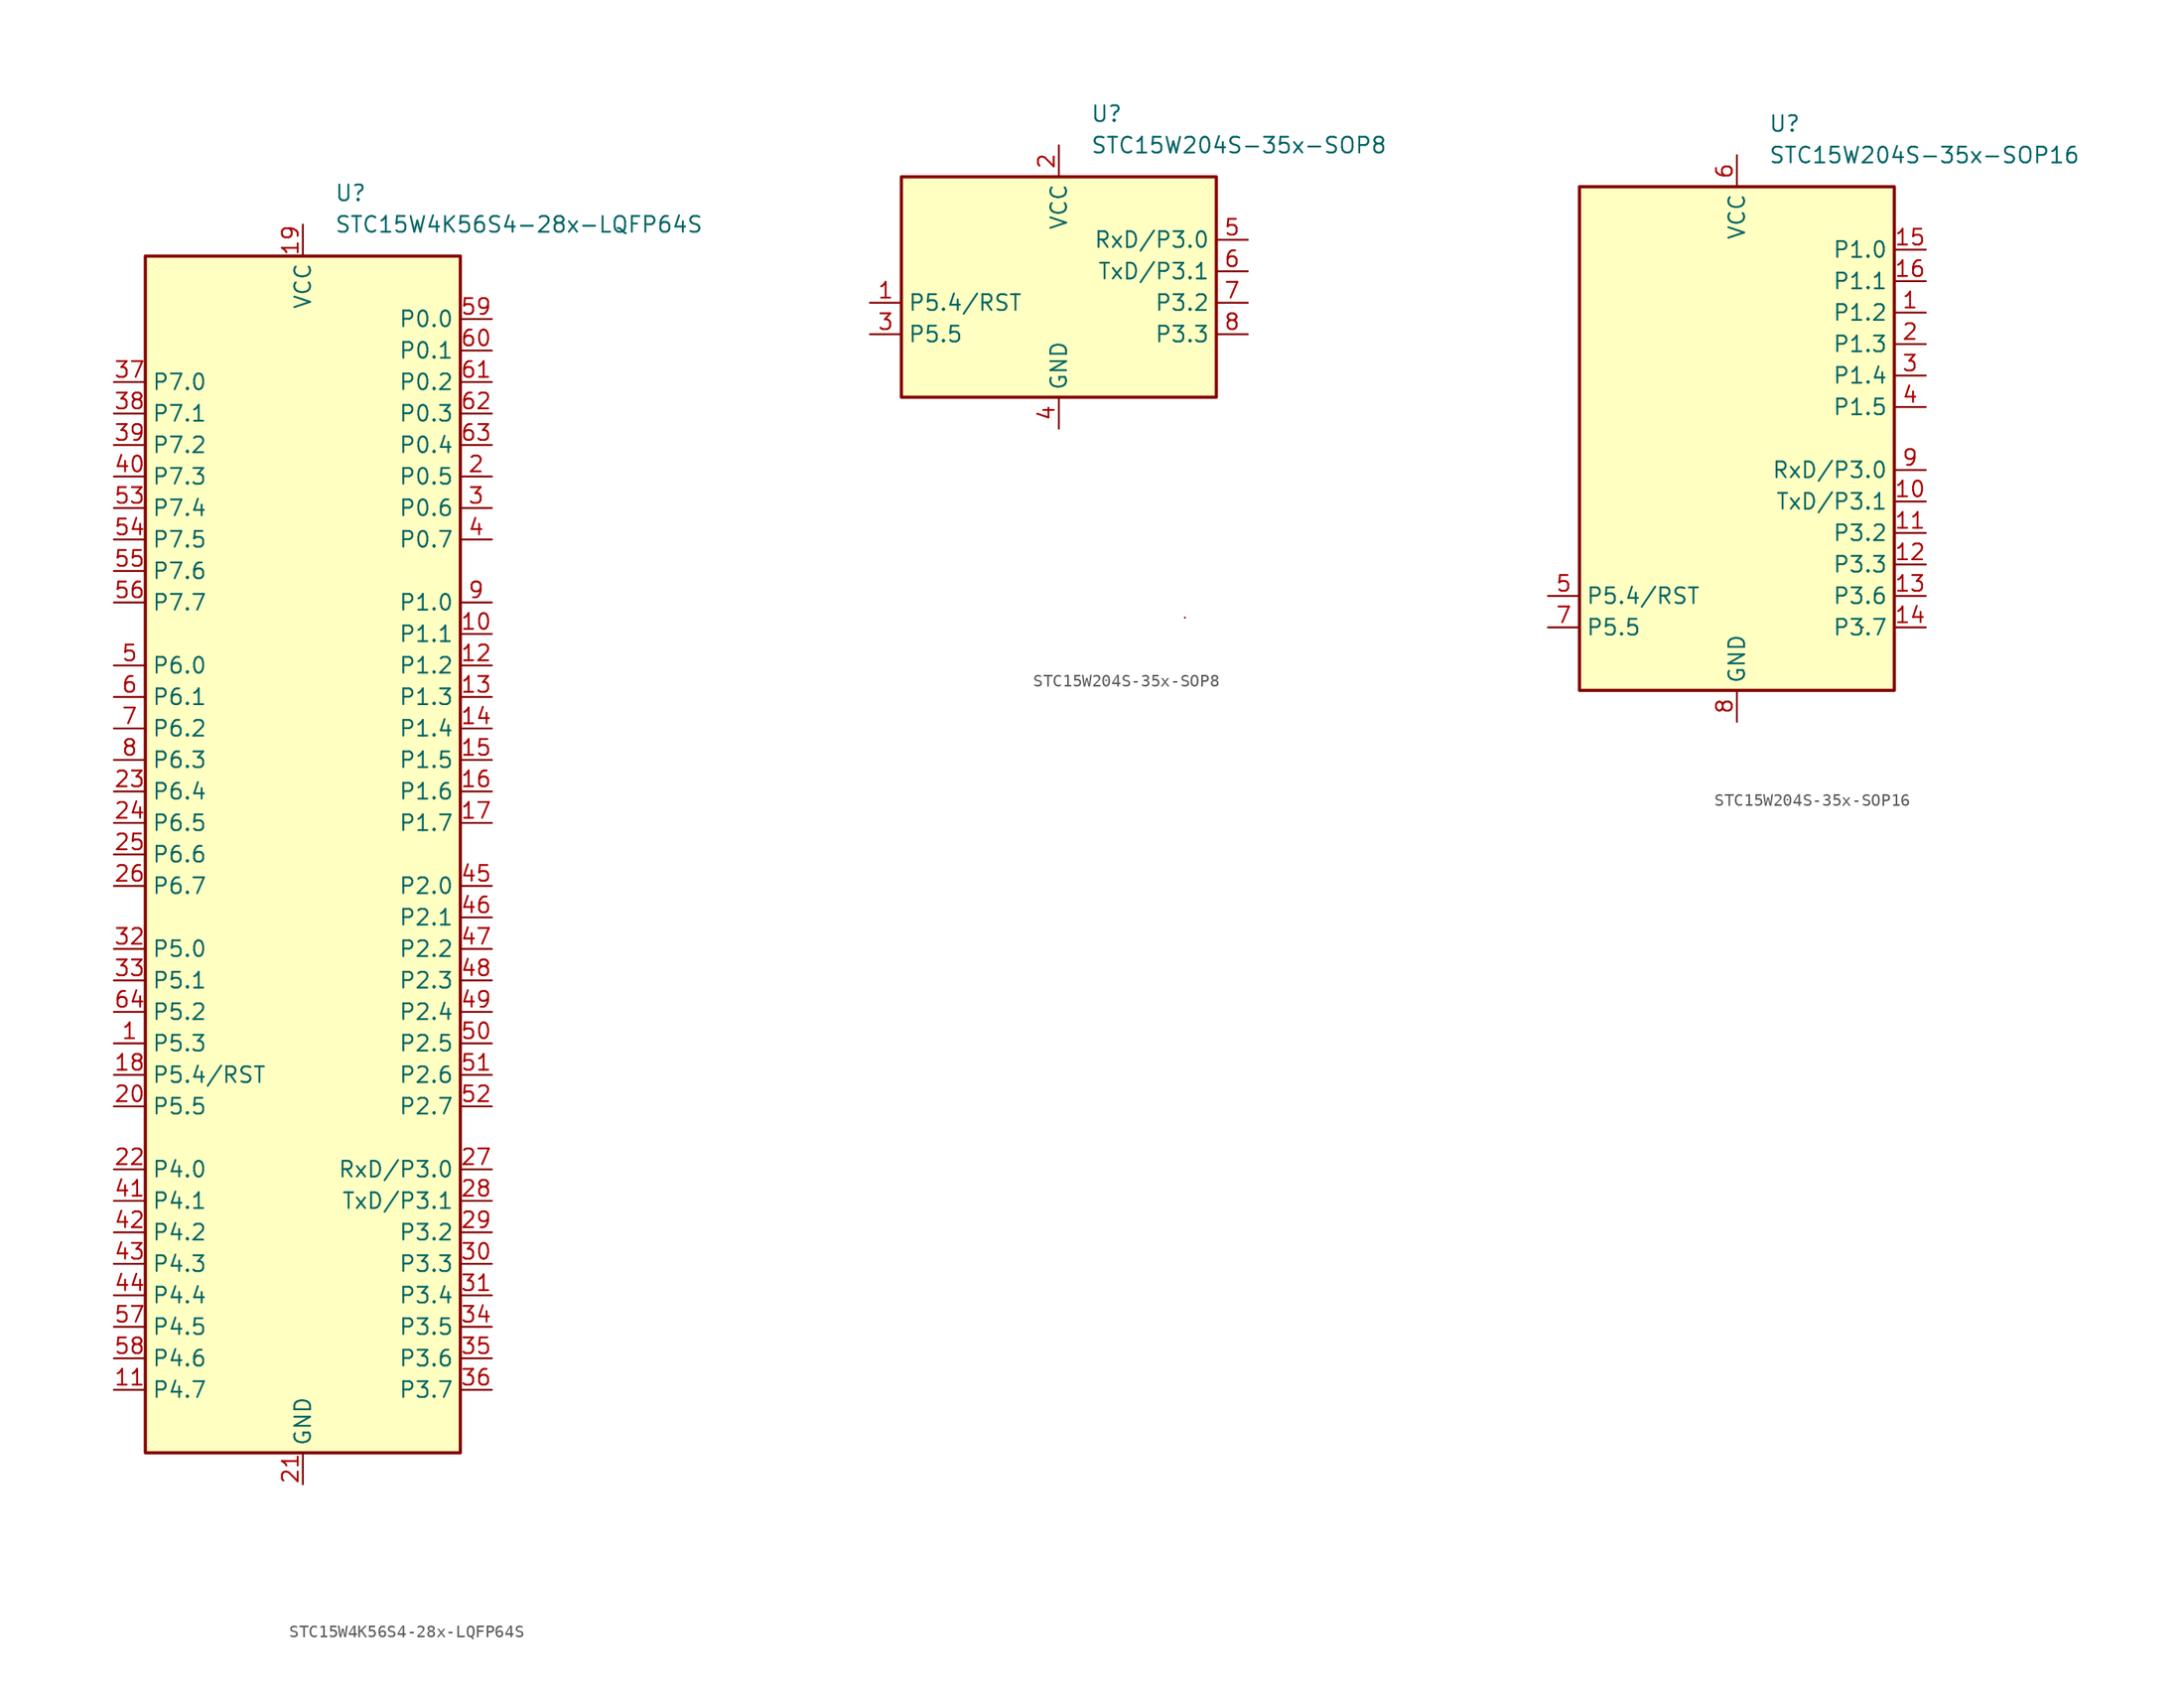
<source format=kicad_sym>
(kicad_symbol_lib
  (version 20211014)
  (generator kicad_symbol_editor)
  (symbol "STC15W4K56S4-28x-LQFP64S"
    (property "Reference" "U"
      (at 2.54 53.34 0)
      (effects (font (size 1.27 1.27)) (justify left)))
    (property "Value" "STC15W4K56S4-28x-LQFP64S"
      (at 2.54 50.8 0)
      (effects (font (size 1.27 1.27)) (justify left)))
    (symbol "STC15W4K56S4-28x-LQFP64S_0_1"
      (rectangle (start -12.7 48.26) (end 12.7 -48.26) (stroke (width 0.254) (type default) (color 0 0 0 0)) (fill (type background))))
    (symbol "STC15W4K56S4-28x-LQFP64S_1_1"
      (pin bidirectional line (at -15.24 -15.24 0) (length 2.54) (name "P5.3" (effects (font (size 1.27 1.27)))) (number "1" (effects (font (size 1.27 1.27)))))
      (pin bidirectional line (at 15.24 17.78 180) (length 2.54) (name "P1.1" (effects (font (size 1.27 1.27)))) (number "10" (effects (font (size 1.27 1.27)))))
      (pin bidirectional line (at -15.24 -43.18 0) (length 2.54) (name "P4.7" (effects (font (size 1.27 1.27)))) (number "11" (effects (font (size 1.27 1.27)))))
      (pin bidirectional line (at 15.24 15.24 180) (length 2.54) (name "P1.2" (effects (font (size 1.27 1.27)))) (number "12" (effects (font (size 1.27 1.27)))))
      (pin bidirectional line (at 15.24 12.7 180) (length 2.54) (name "P1.3" (effects (font (size 1.27 1.27)))) (number "13" (effects (font (size 1.27 1.27)))))
      (pin bidirectional line (at 15.24 10.16 180) (length 2.54) (name "P1.4" (effects (font (size 1.27 1.27)))) (number "14" (effects (font (size 1.27 1.27)))))
      (pin bidirectional line (at 15.24 7.62 180) (length 2.54) (name "P1.5" (effects (font (size 1.27 1.27)))) (number "15" (effects (font (size 1.27 1.27)))))
      (pin bidirectional line (at 15.24 5.08 180) (length 2.54) (name "P1.6" (effects (font (size 1.27 1.27)))) (number "16" (effects (font (size 1.27 1.27)))))
      (pin bidirectional line (at 15.24 2.54 180) (length 2.54) (name "P1.7" (effects (font (size 1.27 1.27)))) (number "17" (effects (font (size 1.27 1.27)))))
      (pin bidirectional line (at -15.24 -17.78 0) (length 2.54) (name "P5.4/RST" (effects (font (size 1.27 1.27)))) (number "18" (effects (font (size 1.27 1.27)))))
      (pin power_in line (at 0 50.8 270) (length 2.54) (name "VCC" (effects (font (size 1.27 1.27)))) (number "19" (effects (font (size 1.27 1.27)))))
      (pin bidirectional line (at 15.24 30.48 180) (length 2.54) (name "P0.5" (effects (font (size 1.27 1.27)))) (number "2" (effects (font (size 1.27 1.27)))))
      (pin bidirectional line (at -15.24 -20.32 0) (length 2.54) (name "P5.5" (effects (font (size 1.27 1.27)))) (number "20" (effects (font (size 1.27 1.27)))))
      (pin power_in line (at 0 -50.8 90) (length 2.54) (name "GND" (effects (font (size 1.27 1.27)))) (number "21" (effects (font (size 1.27 1.27)))))
      (pin bidirectional line (at -15.24 -25.4 0) (length 2.54) (name "P4.0" (effects (font (size 1.27 1.27)))) (number "22" (effects (font (size 1.27 1.27)))))
      (pin bidirectional line (at -15.24 5.08 0) (length 2.54) (name "P6.4" (effects (font (size 1.27 1.27)))) (number "23" (effects (font (size 1.27 1.27)))))
      (pin bidirectional line (at -15.24 2.54 0) (length 2.54) (name "P6.5" (effects (font (size 1.27 1.27)))) (number "24" (effects (font (size 1.27 1.27)))))
      (pin bidirectional line (at -15.24 0 0) (length 2.54) (name "P6.6" (effects (font (size 1.27 1.27)))) (number "25" (effects (font (size 1.27 1.27)))))
      (pin bidirectional line (at -15.24 -2.54 0) (length 2.54) (name "P6.7" (effects (font (size 1.27 1.27)))) (number "26" (effects (font (size 1.27 1.27)))))
      (pin bidirectional line (at 15.24 -25.4 180) (length 2.54) (name "RxD/P3.0" (effects (font (size 1.27 1.27)))) (number "27" (effects (font (size 1.27 1.27)))))
      (pin bidirectional line (at 15.24 -27.94 180) (length 2.54) (name "TxD/P3.1" (effects (font (size 1.27 1.27)))) (number "28" (effects (font (size 1.27 1.27)))))
      (pin bidirectional line (at 15.24 -30.48 180) (length 2.54) (name "P3.2" (effects (font (size 1.27 1.27)))) (number "29" (effects (font (size 1.27 1.27)))))
      (pin bidirectional line (at 15.24 27.94 180) (length 2.54) (name "P0.6" (effects (font (size 1.27 1.27)))) (number "3" (effects (font (size 1.27 1.27)))))
      (pin bidirectional line (at 15.24 -33.02 180) (length 2.54) (name "P3.3" (effects (font (size 1.27 1.27)))) (number "30" (effects (font (size 1.27 1.27)))))
      (pin bidirectional line (at 15.24 -35.56 180) (length 2.54) (name "P3.4" (effects (font (size 1.27 1.27)))) (number "31" (effects (font (size 1.27 1.27)))))
      (pin bidirectional line (at -15.24 -7.62 0) (length 2.54) (name "P5.0" (effects (font (size 1.27 1.27)))) (number "32" (effects (font (size 1.27 1.27)))))
      (pin bidirectional line (at -15.24 -10.16 0) (length 2.54) (name "P5.1" (effects (font (size 1.27 1.27)))) (number "33" (effects (font (size 1.27 1.27)))))
      (pin bidirectional line (at 15.24 -38.1 180) (length 2.54) (name "P3.5" (effects (font (size 1.27 1.27)))) (number "34" (effects (font (size 1.27 1.27)))))
      (pin bidirectional line (at 15.24 -40.64 180) (length 2.54) (name "P3.6" (effects (font (size 1.27 1.27)))) (number "35" (effects (font (size 1.27 1.27)))))
      (pin bidirectional line (at 15.24 -43.18 180) (length 2.54) (name "P3.7" (effects (font (size 1.27 1.27)))) (number "36" (effects (font (size 1.27 1.27)))))
      (pin bidirectional line (at -15.24 38.1 0) (length 2.54) (name "P7.0" (effects (font (size 1.27 1.27)))) (number "37" (effects (font (size 1.27 1.27)))))
      (pin bidirectional line (at -15.24 35.56 0) (length 2.54) (name "P7.1" (effects (font (size 1.27 1.27)))) (number "38" (effects (font (size 1.27 1.27)))))
      (pin bidirectional line (at -15.24 33.02 0) (length 2.54) (name "P7.2" (effects (font (size 1.27 1.27)))) (number "39" (effects (font (size 1.27 1.27)))))
      (pin bidirectional line (at 15.24 25.4 180) (length 2.54) (name "P0.7" (effects (font (size 1.27 1.27)))) (number "4" (effects (font (size 1.27 1.27)))))
      (pin bidirectional line (at -15.24 30.48 0) (length 2.54) (name "P7.3" (effects (font (size 1.27 1.27)))) (number "40" (effects (font (size 1.27 1.27)))))
      (pin bidirectional line (at -15.24 -27.94 0) (length 2.54) (name "P4.1" (effects (font (size 1.27 1.27)))) (number "41" (effects (font (size 1.27 1.27)))))
      (pin bidirectional line (at -15.24 -30.48 0) (length 2.54) (name "P4.2" (effects (font (size 1.27 1.27)))) (number "42" (effects (font (size 1.27 1.27)))))
      (pin bidirectional line (at -15.24 -33.02 0) (length 2.54) (name "P4.3" (effects (font (size 1.27 1.27)))) (number "43" (effects (font (size 1.27 1.27)))))
      (pin bidirectional line (at -15.24 -35.56 0) (length 2.54) (name "P4.4" (effects (font (size 1.27 1.27)))) (number "44" (effects (font (size 1.27 1.27)))))
      (pin bidirectional line (at 15.24 -2.54 180) (length 2.54) (name "P2.0" (effects (font (size 1.27 1.27)))) (number "45" (effects (font (size 1.27 1.27)))))
      (pin bidirectional line (at 15.24 -5.08 180) (length 2.54) (name "P2.1" (effects (font (size 1.27 1.27)))) (number "46" (effects (font (size 1.27 1.27)))))
      (pin bidirectional line (at 15.24 -7.62 180) (length 2.54) (name "P2.2" (effects (font (size 1.27 1.27)))) (number "47" (effects (font (size 1.27 1.27)))))
      (pin bidirectional line (at 15.24 -10.16 180) (length 2.54) (name "P2.3" (effects (font (size 1.27 1.27)))) (number "48" (effects (font (size 1.27 1.27)))))
      (pin bidirectional line (at 15.24 -12.7 180) (length 2.54) (name "P2.4" (effects (font (size 1.27 1.27)))) (number "49" (effects (font (size 1.27 1.27)))))
      (pin bidirectional line (at -15.24 15.24 0) (length 2.54) (name "P6.0" (effects (font (size 1.27 1.27)))) (number "5" (effects (font (size 1.27 1.27)))))
      (pin bidirectional line (at 15.24 -15.24 180) (length 2.54) (name "P2.5" (effects (font (size 1.27 1.27)))) (number "50" (effects (font (size 1.27 1.27)))))
      (pin bidirectional line (at 15.24 -17.78 180) (length 2.54) (name "P2.6" (effects (font (size 1.27 1.27)))) (number "51" (effects (font (size 1.27 1.27)))))
      (pin bidirectional line (at 15.24 -20.32 180) (length 2.54) (name "P2.7" (effects (font (size 1.27 1.27)))) (number "52" (effects (font (size 1.27 1.27)))))
      (pin bidirectional line (at -15.24 27.94 0) (length 2.54) (name "P7.4" (effects (font (size 1.27 1.27)))) (number "53" (effects (font (size 1.27 1.27)))))
      (pin bidirectional line (at -15.24 25.4 0) (length 2.54) (name "P7.5" (effects (font (size 1.27 1.27)))) (number "54" (effects (font (size 1.27 1.27)))))
      (pin bidirectional line (at -15.24 22.86 0) (length 2.54) (name "P7.6" (effects (font (size 1.27 1.27)))) (number "55" (effects (font (size 1.27 1.27)))))
      (pin bidirectional line (at -15.24 20.32 0) (length 2.54) (name "P7.7" (effects (font (size 1.27 1.27)))) (number "56" (effects (font (size 1.27 1.27)))))
      (pin bidirectional line (at -15.24 -38.1 0) (length 2.54) (name "P4.5" (effects (font (size 1.27 1.27)))) (number "57" (effects (font (size 1.27 1.27)))))
      (pin bidirectional line (at -15.24 -40.64 0) (length 2.54) (name "P4.6" (effects (font (size 1.27 1.27)))) (number "58" (effects (font (size 1.27 1.27)))))
      (pin bidirectional line (at 15.24 43.18 180) (length 2.54) (name "P0.0" (effects (font (size 1.27 1.27)))) (number "59" (effects (font (size 1.27 1.27)))))
      (pin bidirectional line (at -15.24 12.7 0) (length 2.54) (name "P6.1" (effects (font (size 1.27 1.27)))) (number "6" (effects (font (size 1.27 1.27)))))
      (pin bidirectional line (at 15.24 40.64 180) (length 2.54) (name "P0.1" (effects (font (size 1.27 1.27)))) (number "60" (effects (font (size 1.27 1.27)))))
      (pin bidirectional line (at 15.24 38.1 180) (length 2.54) (name "P0.2" (effects (font (size 1.27 1.27)))) (number "61" (effects (font (size 1.27 1.27)))))
      (pin bidirectional line (at 15.24 35.56 180) (length 2.54) (name "P0.3" (effects (font (size 1.27 1.27)))) (number "62" (effects (font (size 1.27 1.27)))))
      (pin bidirectional line (at 15.24 33.02 180) (length 2.54) (name "P0.4" (effects (font (size 1.27 1.27)))) (number "63" (effects (font (size 1.27 1.27)))))
      (pin bidirectional line (at -15.24 -12.7 0) (length 2.54) (name "P5.2" (effects (font (size 1.27 1.27)))) (number "64" (effects (font (size 1.27 1.27)))))
      (pin bidirectional line (at -15.24 10.16 0) (length 2.54) (name "P6.2" (effects (font (size 1.27 1.27)))) (number "7" (effects (font (size 1.27 1.27)))))
      (pin bidirectional line (at -15.24 7.62 0) (length 2.54) (name "P6.3" (effects (font (size 1.27 1.27)))) (number "8" (effects (font (size 1.27 1.27)))))
      (pin bidirectional line (at 15.24 20.32 180) (length 2.54) (name "P1.0" (effects (font (size 1.27 1.27)))) (number "9" (effects (font (size 1.27 1.27)))))))
  (symbol "STC15W204S-35x-SOP8"
    (property "Reference" "U"
      (at 2.54 13.97 0)
      (effects (font (size 1.27 1.27)) (justify left)))
    (property "Value" "STC15W204S-35x-SOP8"
      (at 2.54 11.43 0)
      (effects (font (size 1.27 1.27)) (justify left)))
    (symbol "STC15W204S-35x-SOP8_0_1"
      (rectangle (start -12.7 8.89) (end 12.7 -8.89) (stroke (width 0.254) (type default) (color 0 0 0 0)) (fill (type background)))
      (rectangle (start 10.16 -26.67) (end 10.16 -26.67) (stroke (width 0) (type default) (color 0 0 0 0)) (fill (type none))))
    (symbol "STC15W204S-35x-SOP8_1_1"
      (pin bidirectional line (at -15.24 -1.27 0) (length 2.54) (name "P5.4/RST" (effects (font (size 1.27 1.27)))) (number "1" (effects (font (size 1.27 1.27)))))
      (pin power_in line (at 0 11.43 270) (length 2.54) (name "VCC" (effects (font (size 1.27 1.27)))) (number "2" (effects (font (size 1.27 1.27)))))
      (pin bidirectional line (at -15.24 -3.81 0) (length 2.54) (name "P5.5" (effects (font (size 1.27 1.27)))) (number "3" (effects (font (size 1.27 1.27)))))
      (pin power_in line (at 0 -11.43 90) (length 2.54) (name "GND" (effects (font (size 1.27 1.27)))) (number "4" (effects (font (size 1.27 1.27)))))
      (pin bidirectional line (at 15.24 3.81 180) (length 2.54) (name "RxD/P3.0" (effects (font (size 1.27 1.27)))) (number "5" (effects (font (size 1.27 1.27)))))
      (pin bidirectional line (at 15.24 1.27 180) (length 2.54) (name "TxD/P3.1" (effects (font (size 1.27 1.27)))) (number "6" (effects (font (size 1.27 1.27)))))
      (pin bidirectional line (at 15.24 -1.27 180) (length 2.54) (name "P3.2" (effects (font (size 1.27 1.27)))) (number "7" (effects (font (size 1.27 1.27)))))
      (pin bidirectional line (at 15.24 -3.81 180) (length 2.54) (name "P3.3" (effects (font (size 1.27 1.27)))) (number "8" (effects (font (size 1.27 1.27)))))))
  (symbol "STC15W204S-35x-SOP16"
    (property "Reference" "U"
      (at 2.54 25.4 0)
      (effects (font (size 1.27 1.27)) (justify left)))
    (property "Value" "STC15W204S-35x-SOP16"
      (at 2.54 22.86 0)
      (effects (font (size 1.27 1.27)) (justify left)))
    (symbol "STC15W204S-35x-SOP16_0_1"
      (rectangle (start -12.7 20.32) (end 12.7 -20.32) (stroke (width 0.254) (type default) (color 0 0 0 0)) (fill (type background)))
      (rectangle (start 10.16 -15.24) (end 10.16 -15.24) (stroke (width 0) (type default) (color 0 0 0 0)) (fill (type none))))
    (symbol "STC15W204S-35x-SOP16_1_1"
      (pin bidirectional line (at 15.24 10.16 180) (length 2.54) (name "P1.2" (effects (font (size 1.27 1.27)))) (number "1" (effects (font (size 1.27 1.27)))))
      (pin bidirectional line (at 15.24 -5.08 180) (length 2.54) (name "TxD/P3.1" (effects (font (size 1.27 1.27)))) (number "10" (effects (font (size 1.27 1.27)))))
      (pin bidirectional line (at 15.24 -7.62 180) (length 2.54) (name "P3.2" (effects (font (size 1.27 1.27)))) (number "11" (effects (font (size 1.27 1.27)))))
      (pin bidirectional line (at 15.24 -10.16 180) (length 2.54) (name "P3.3" (effects (font (size 1.27 1.27)))) (number "12" (effects (font (size 1.27 1.27)))))
      (pin bidirectional line (at 15.24 -12.7 180) (length 2.54) (name "P3.6" (effects (font (size 1.27 1.27)))) (number "13" (effects (font (size 1.27 1.27)))))
      (pin bidirectional line (at 15.24 -15.24 180) (length 2.54) (name "P3.7" (effects (font (size 1.27 1.27)))) (number "14" (effects (font (size 1.27 1.27)))))
      (pin bidirectional line (at 15.24 15.24 180) (length 2.54) (name "P1.0" (effects (font (size 1.27 1.27)))) (number "15" (effects (font (size 1.27 1.27)))))
      (pin bidirectional line (at 15.24 12.7 180) (length 2.54) (name "P1.1" (effects (font (size 1.27 1.27)))) (number "16" (effects (font (size 1.27 1.27)))))
      (pin bidirectional line (at 15.24 7.62 180) (length 2.54) (name "P1.3" (effects (font (size 1.27 1.27)))) (number "2" (effects (font (size 1.27 1.27)))))
      (pin bidirectional line (at 15.24 5.08 180) (length 2.54) (name "P1.4" (effects (font (size 1.27 1.27)))) (number "3" (effects (font (size 1.27 1.27)))))
      (pin bidirectional line (at 15.24 2.54 180) (length 2.54) (name "P1.5" (effects (font (size 1.27 1.27)))) (number "4" (effects (font (size 1.27 1.27)))))
      (pin bidirectional line (at -15.24 -12.7 0) (length 2.54) (name "P5.4/RST" (effects (font (size 1.27 1.27)))) (number "5" (effects (font (size 1.27 1.27)))))
      (pin power_in line (at 0 22.86 270) (length 2.54) (name "VCC" (effects (font (size 1.27 1.27)))) (number "6" (effects (font (size 1.27 1.27)))))
      (pin bidirectional line (at -15.24 -15.24 0) (length 2.54) (name "P5.5" (effects (font (size 1.27 1.27)))) (number "7" (effects (font (size 1.27 1.27)))))
      (pin power_in line (at 0 -22.86 90) (length 2.54) (name "GND" (effects (font (size 1.27 1.27)))) (number "8" (effects (font (size 1.27 1.27)))))
      (pin bidirectional line (at 15.24 -2.54 180) (length 2.54) (name "RxD/P3.0" (effects (font (size 1.27 1.27)))) (number "9" (effects (font (size 1.27 1.27))))))))
</source>
